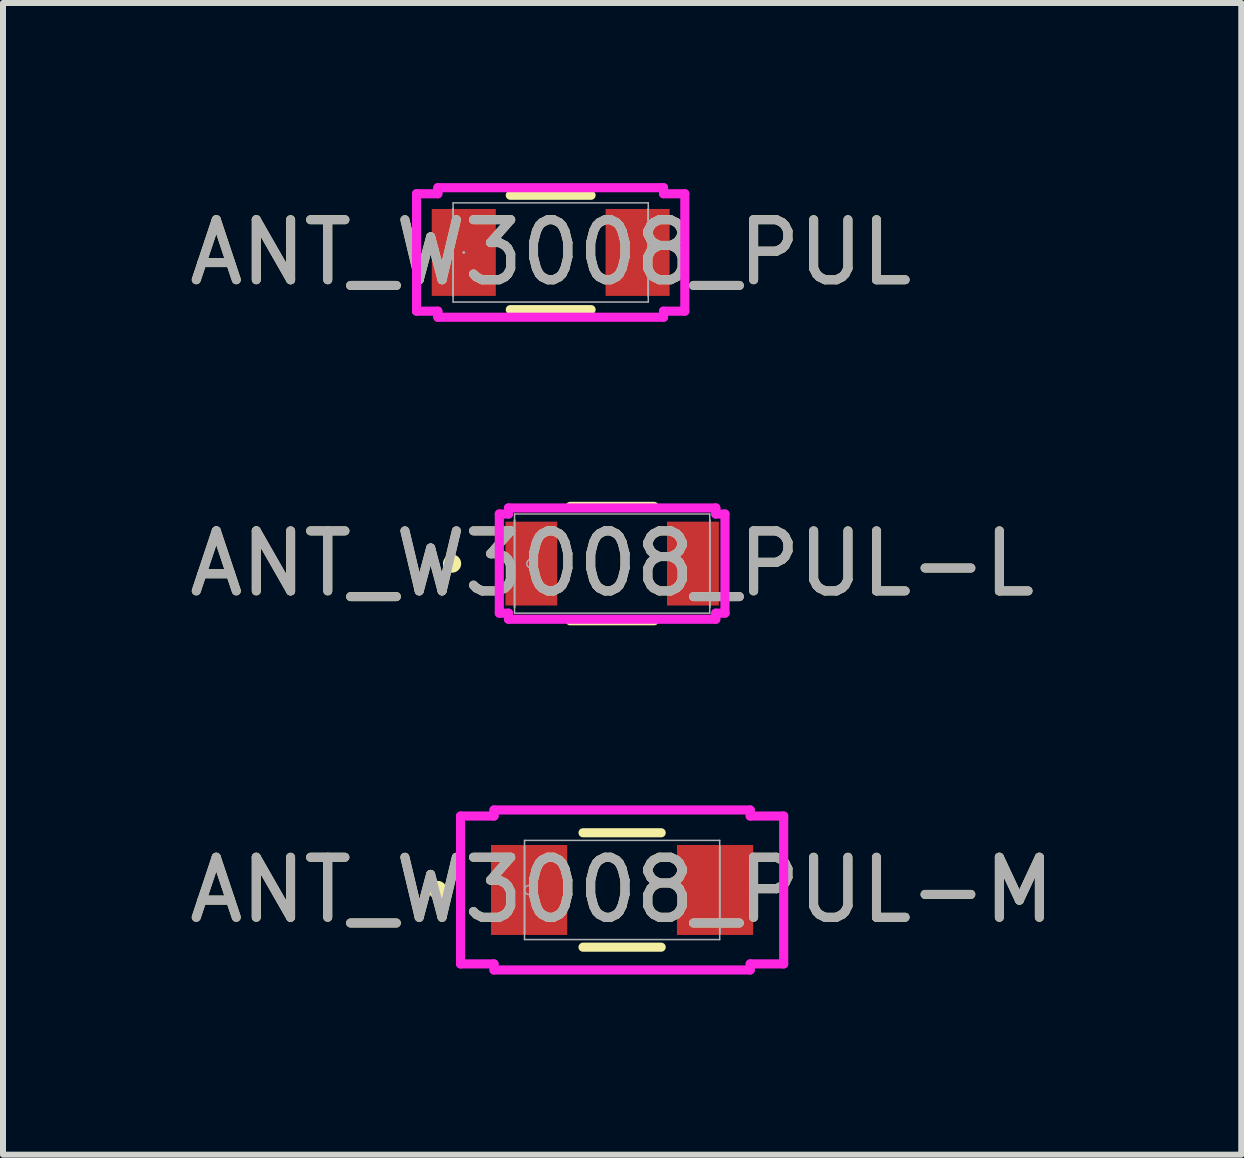
<source format=kicad_pcb>
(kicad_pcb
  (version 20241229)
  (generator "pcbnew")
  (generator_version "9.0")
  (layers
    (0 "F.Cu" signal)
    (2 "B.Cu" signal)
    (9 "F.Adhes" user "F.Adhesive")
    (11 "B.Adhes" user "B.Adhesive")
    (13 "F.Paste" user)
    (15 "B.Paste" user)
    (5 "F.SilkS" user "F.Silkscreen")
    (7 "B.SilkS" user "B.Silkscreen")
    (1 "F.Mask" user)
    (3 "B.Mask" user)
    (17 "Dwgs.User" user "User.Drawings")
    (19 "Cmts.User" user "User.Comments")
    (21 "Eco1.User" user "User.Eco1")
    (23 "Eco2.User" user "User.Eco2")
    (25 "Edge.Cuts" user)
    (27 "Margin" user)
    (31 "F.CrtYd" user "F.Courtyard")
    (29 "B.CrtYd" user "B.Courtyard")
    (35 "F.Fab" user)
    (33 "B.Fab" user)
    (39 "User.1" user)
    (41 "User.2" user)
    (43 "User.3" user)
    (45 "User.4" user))
  (footprint "ANT_W3008_PUL-L"
    (layer "F.Cu")
    (at 7.149 6.34)
    (property "Reference" "ANT_W3008_PUL-L" (at 0 0 0) (unlocked yes) (layer "F.SilkS") (effects (font (size 1 1) (thickness 0.15))))
    (attr smd)
    (fp_line (start -0.699 0.953) (end 0.699 0.953) (stroke (width 0.152) (type solid)) (layer "F.SilkS"))
    (fp_line (start 0.699 -0.953) (end -0.699 -0.953) (stroke (width 0.152) (type solid)) (layer "F.SilkS"))
    (fp_circle (center -2.667 0) (end -2.591 0) (stroke (width 0.152) (type solid)) (fill no) (layer "F.SilkS"))
    (fp_line (start -1.88 -0.826) (end -1.727 -0.826) (stroke (width 0.152) (type solid)) (layer "F.CrtYd"))
    (fp_line (start -1.88 0.826) (end -1.88 -0.826) (stroke (width 0.152) (type solid)) (layer "F.CrtYd"))
    (fp_line (start -1.727 -0.927) (end 1.727 -0.927) (stroke (width 0.152) (type solid)) (layer "F.CrtYd"))
    (fp_line (start -1.727 -0.826) (end -1.727 -0.927) (stroke (width 0.152) (type solid)) (layer "F.CrtYd"))
    (fp_line (start -1.727 0.826) (end -1.88 0.826) (stroke (width 0.152) (type solid)) (layer "F.CrtYd"))
    (fp_line (start -1.727 0.927) (end -1.727 0.826) (stroke (width 0.152) (type solid)) (layer "F.CrtYd"))
    (fp_line (start 1.727 -0.927) (end 1.727 -0.826) (stroke (width 0.152) (type solid)) (layer "F.CrtYd"))
    (fp_line (start 1.727 -0.826) (end 1.88 -0.826) (stroke (width 0.152) (type solid)) (layer "F.CrtYd"))
    (fp_line (start 1.727 0.826) (end 1.727 0.927) (stroke (width 0.152) (type solid)) (layer "F.CrtYd"))
    (fp_line (start 1.727 0.927) (end -1.727 0.927) (stroke (width 0.152) (type solid)) (layer "F.CrtYd"))
    (fp_line (start 1.88 -0.826) (end 1.88 0.826) (stroke (width 0.152) (type solid)) (layer "F.CrtYd"))
    (fp_line (start 1.88 0.826) (end 1.727 0.826) (stroke (width 0.152) (type solid)) (layer "F.CrtYd"))
    (fp_line (start -1.626 -0.826) (end -1.626 0.826) (stroke (width 0.025) (type solid)) (layer "F.Fab"))
    (fp_line (start -1.626 -0.724) (end -1.626 -0.724) (stroke (width 0.025) (type solid)) (layer "F.Fab"))
    (fp_line (start -1.626 -0.724) (end -1.626 0.724) (stroke (width 0.025) (type solid)) (layer "F.Fab"))
    (fp_line (start -1.626 0.724) (end -1.626 -0.724) (stroke (width 0.025) (type solid)) (layer "F.Fab"))
    (fp_line (start -1.626 0.724) (end -1.626 0.724) (stroke (width 0.025) (type solid)) (layer "F.Fab"))
    (fp_line (start -1.626 0.826) (end 1.626 0.826) (stroke (width 0.025) (type solid)) (layer "F.Fab"))
    (fp_line (start 1.626 -0.826) (end -1.626 -0.826) (stroke (width 0.025) (type solid)) (layer "F.Fab"))
    (fp_line (start 1.626 -0.724) (end 1.626 -0.724) (stroke (width 0.025) (type solid)) (layer "F.Fab"))
    (fp_line (start 1.626 -0.724) (end 1.626 0.724) (stroke (width 0.025) (type solid)) (layer "F.Fab"))
    (fp_line (start 1.626 0.724) (end 1.626 -0.724) (stroke (width 0.025) (type solid)) (layer "F.Fab"))
    (fp_line (start 1.626 0.724) (end 1.626 0.724) (stroke (width 0.025) (type solid)) (layer "F.Fab"))
    (fp_line (start 1.626 0.826) (end 1.626 -0.826) (stroke (width 0.025) (type solid)) (layer "F.Fab"))
    (fp_circle (center -1.346 0) (end -1.27 0) (stroke (width 0.025) (type solid)) (fill no) (layer "F.Fab"))
    (fp_text user "${REFERENCE}" (at 0 0 0) (unlocked yes) (layer "F.Fab") (effects (font (size 1 1) (thickness 0.15))))
    (pad "1" smd rect (at -1.346 0) (size 0.864 1.397) (layers "F.Cu" "F.Mask" "F.Paste"))
    (pad "2" smd rect (at 1.346 0) (size 0.864 1.397) (layers "F.Cu" "F.Mask" "F.Paste"))
    (zone (net_name "") (layer "F.Cu") (hatch full 0.508) (connect_pads) (min_thickness 0.254) (filled_areas_thickness no) (keepout (tracks not_allowed) (vias not_allowed) (pads allowed) (copperpour not_allowed) (footprints allowed)) (placement (enabled no)) (fill) (polygon (pts (xy 6.285 5.565) (xy 8.012 5.565) (xy 8.012 7.115) (xy 6.285 7.115)))))
  (footprint "ANT_W3008_PUL-M"
    (layer "F.Cu")
    (at 7.315 11.778)
    (property "Reference" "ANT_W3008_PUL-M" (at 0 0 0) (unlocked yes) (layer "F.SilkS") (effects (font (size 1 1) (thickness 0.15))))
    (attr smd)
    (fp_line (start -0.651 0.953) (end 0.651 0.953) (stroke (width 0.152) (type solid)) (layer "F.SilkS"))
    (fp_line (start 0.651 -0.953) (end -0.651 -0.953) (stroke (width 0.152) (type solid)) (layer "F.SilkS"))
    (fp_circle (center -3.073 0) (end -2.997 0) (stroke (width 0.152) (type solid)) (fill no) (layer "F.SilkS"))
    (fp_line (start -2.692 -1.232) (end -2.134 -1.232) (stroke (width 0.152) (type solid)) (layer "F.CrtYd"))
    (fp_line (start -2.692 1.232) (end -2.692 -1.232) (stroke (width 0.152) (type solid)) (layer "F.CrtYd"))
    (fp_line (start -2.134 -1.333) (end 2.134 -1.333) (stroke (width 0.152) (type solid)) (layer "F.CrtYd"))
    (fp_line (start -2.134 -1.232) (end -2.134 -1.333) (stroke (width 0.152) (type solid)) (layer "F.CrtYd"))
    (fp_line (start -2.134 1.232) (end -2.692 1.232) (stroke (width 0.152) (type solid)) (layer "F.CrtYd"))
    (fp_line (start -2.134 1.333) (end -2.134 1.232) (stroke (width 0.152) (type solid)) (layer "F.CrtYd"))
    (fp_line (start 2.134 -1.333) (end 2.134 -1.232) (stroke (width 0.152) (type solid)) (layer "F.CrtYd"))
    (fp_line (start 2.134 -1.232) (end 2.692 -1.232) (stroke (width 0.152) (type solid)) (layer "F.CrtYd"))
    (fp_line (start 2.134 1.232) (end 2.134 1.333) (stroke (width 0.152) (type solid)) (layer "F.CrtYd"))
    (fp_line (start 2.134 1.333) (end -2.134 1.333) (stroke (width 0.152) (type solid)) (layer "F.CrtYd"))
    (fp_line (start 2.692 -1.232) (end 2.692 1.232) (stroke (width 0.152) (type solid)) (layer "F.CrtYd"))
    (fp_line (start 2.692 1.232) (end 2.134 1.232) (stroke (width 0.152) (type solid)) (layer "F.CrtYd"))
    (fp_line (start -1.626 -0.826) (end -1.626 0.826) (stroke (width 0.025) (type solid)) (layer "F.Fab"))
    (fp_line (start -1.626 -0.724) (end -1.626 -0.724) (stroke (width 0.025) (type solid)) (layer "F.Fab"))
    (fp_line (start -1.626 -0.724) (end -1.626 0.724) (stroke (width 0.025) (type solid)) (layer "F.Fab"))
    (fp_line (start -1.626 0.724) (end -1.626 -0.724) (stroke (width 0.025) (type solid)) (layer "F.Fab"))
    (fp_line (start -1.626 0.724) (end -1.626 0.724) (stroke (width 0.025) (type solid)) (layer "F.Fab"))
    (fp_line (start -1.626 0.826) (end 1.626 0.826) (stroke (width 0.025) (type solid)) (layer "F.Fab"))
    (fp_line (start 1.626 -0.826) (end -1.626 -0.826) (stroke (width 0.025) (type solid)) (layer "F.Fab"))
    (fp_line (start 1.626 -0.724) (end 1.626 -0.724) (stroke (width 0.025) (type solid)) (layer "F.Fab"))
    (fp_line (start 1.626 -0.724) (end 1.626 0.724) (stroke (width 0.025) (type solid)) (layer "F.Fab"))
    (fp_line (start 1.626 0.724) (end 1.626 -0.724) (stroke (width 0.025) (type solid)) (layer "F.Fab"))
    (fp_line (start 1.626 0.724) (end 1.626 0.724) (stroke (width 0.025) (type solid)) (layer "F.Fab"))
    (fp_line (start 1.626 0.826) (end 1.626 -0.826) (stroke (width 0.025) (type solid)) (layer "F.Fab"))
    (fp_circle (center -1.549 0) (end -1.473 0) (stroke (width 0.025) (type solid)) (fill no) (layer "F.Fab"))
    (fp_text user "${REFERENCE}" (at 0 0 0) (unlocked yes) (layer "F.Fab") (effects (font (size 1 1) (thickness 0.15))))
    (pad "1" smd rect (at -1.549 0) (size 1.27 1.499) (layers "F.Cu" "F.Mask" "F.Paste"))
    (pad "2" smd rect (at 1.549 0) (size 1.27 1.499) (layers "F.Cu" "F.Mask" "F.Paste"))
    (zone (net_name "") (layer "F.Cu") (hatch full 0.508) (connect_pads) (min_thickness 0.254) (filled_areas_thickness no) (keepout (tracks not_allowed) (vias not_allowed) (pads allowed) (copperpour not_allowed) (footprints allowed)) (placement (enabled no)) (fill) (polygon (pts (xy 6.452 11.004) (xy 8.179 11.004) (xy 8.179 12.553) (xy 6.452 12.553)))))
  (footprint "ANT_W3008_PUL"
    (layer "F.Cu")
    (at 6.125 1.156)
    (property "Reference" "ANT_W3008_PUL" (at 0 0 0) (unlocked yes) (layer "F.SilkS") (effects (font (size 1 1) (thickness 0.15))))
    (attr smd)
    (fp_line (start -0.673 0.953) (end 0.673 0.953) (stroke (width 0.152) (type solid)) (layer "F.SilkS"))
    (fp_line (start 0.673 -0.953) (end -0.673 -0.953) (stroke (width 0.152) (type solid)) (layer "F.SilkS"))
    (fp_line (start -2.235 -0.978) (end -1.88 -0.978) (stroke (width 0.152) (type solid)) (layer "F.CrtYd"))
    (fp_line (start -2.235 0.978) (end -2.235 -0.978) (stroke (width 0.152) (type solid)) (layer "F.CrtYd"))
    (fp_line (start -1.88 -1.079) (end 1.88 -1.079) (stroke (width 0.152) (type solid)) (layer "F.CrtYd"))
    (fp_line (start -1.88 -0.978) (end -1.88 -1.079) (stroke (width 0.152) (type solid)) (layer "F.CrtYd"))
    (fp_line (start -1.88 0.978) (end -2.235 0.978) (stroke (width 0.152) (type solid)) (layer "F.CrtYd"))
    (fp_line (start -1.88 1.079) (end -1.88 0.978) (stroke (width 0.152) (type solid)) (layer "F.CrtYd"))
    (fp_line (start 1.88 -1.079) (end 1.88 -0.978) (stroke (width 0.152) (type solid)) (layer "F.CrtYd"))
    (fp_line (start 1.88 -0.978) (end 2.235 -0.978) (stroke (width 0.152) (type solid)) (layer "F.CrtYd"))
    (fp_line (start 1.88 0.978) (end 1.88 1.079) (stroke (width 0.152) (type solid)) (layer "F.CrtYd"))
    (fp_line (start 1.88 1.079) (end -1.88 1.079) (stroke (width 0.152) (type solid)) (layer "F.CrtYd"))
    (fp_line (start 2.235 -0.978) (end 2.235 0.978) (stroke (width 0.152) (type solid)) (layer "F.CrtYd"))
    (fp_line (start 2.235 0.978) (end 1.88 0.978) (stroke (width 0.152) (type solid)) (layer "F.CrtYd"))
    (fp_line (start -1.626 -0.826) (end -1.626 0.826) (stroke (width 0.025) (type solid)) (layer "F.Fab"))
    (fp_line (start -1.626 -0.724) (end -1.626 -0.724) (stroke (width 0.025) (type solid)) (layer "F.Fab"))
    (fp_line (start -1.626 -0.724) (end -1.626 0.724) (stroke (width 0.025) (type solid)) (layer "F.Fab"))
    (fp_line (start -1.626 0.724) (end -1.626 -0.724) (stroke (width 0.025) (type solid)) (layer "F.Fab"))
    (fp_line (start -1.626 0.724) (end -1.626 0.724) (stroke (width 0.025) (type solid)) (layer "F.Fab"))
    (fp_line (start -1.626 0.826) (end 1.626 0.826) (stroke (width 0.025) (type solid)) (layer "F.Fab"))
    (fp_line (start 1.626 -0.826) (end -1.626 -0.826) (stroke (width 0.025) (type solid)) (layer "F.Fab"))
    (fp_line (start 1.626 -0.724) (end 1.626 -0.724) (stroke (width 0.025) (type solid)) (layer "F.Fab"))
    (fp_line (start 1.626 -0.724) (end 1.626 0.724) (stroke (width 0.025) (type solid)) (layer "F.Fab"))
    (fp_line (start 1.626 0.724) (end 1.626 -0.724) (stroke (width 0.025) (type solid)) (layer "F.Fab"))
    (fp_line (start 1.626 0.724) (end 1.626 0.724) (stroke (width 0.025) (type solid)) (layer "F.Fab"))
    (fp_line (start 1.626 0.826) (end 1.626 -0.826) (stroke (width 0.025) (type solid)) (layer "F.Fab"))
    (fp_circle (center -1.448 0) (end -1.448 0) (stroke (width 0.025) (type solid)) (fill no) (layer "F.Fab"))
    (fp_text user "${REFERENCE}" (at 0 0 0) (unlocked yes) (layer "F.Fab") (effects (font (size 1 1) (thickness 0.15))))
    (pad "1" smd rect (at -1.448 0) (size 1.067 1.448) (layers "F.Cu" "F.Mask" "F.Paste"))
    (pad "2" smd rect (at 1.448 0) (size 1.067 1.448) (layers "F.Cu" "F.Mask" "F.Paste"))
    (zone (net_name "") (layer "F.Cu") (hatch full 0.508) (connect_pads) (min_thickness 0.254) (filled_areas_thickness no) (keepout (tracks not_allowed) (vias not_allowed) (pads allowed) (copperpour not_allowed) (footprints allowed)) (placement (enabled no)) (fill) (polygon (pts (xy 5.261 0.381) (xy 6.989 0.381) (xy 6.989 1.93) (xy 5.261 1.93)))))
  (gr_rect
    (start -3 -3)
    (end 17.631 16.188)
    (stroke (width 0.1) (type default))
    (fill no)
    (layer "Edge.Cuts")))
</source>
